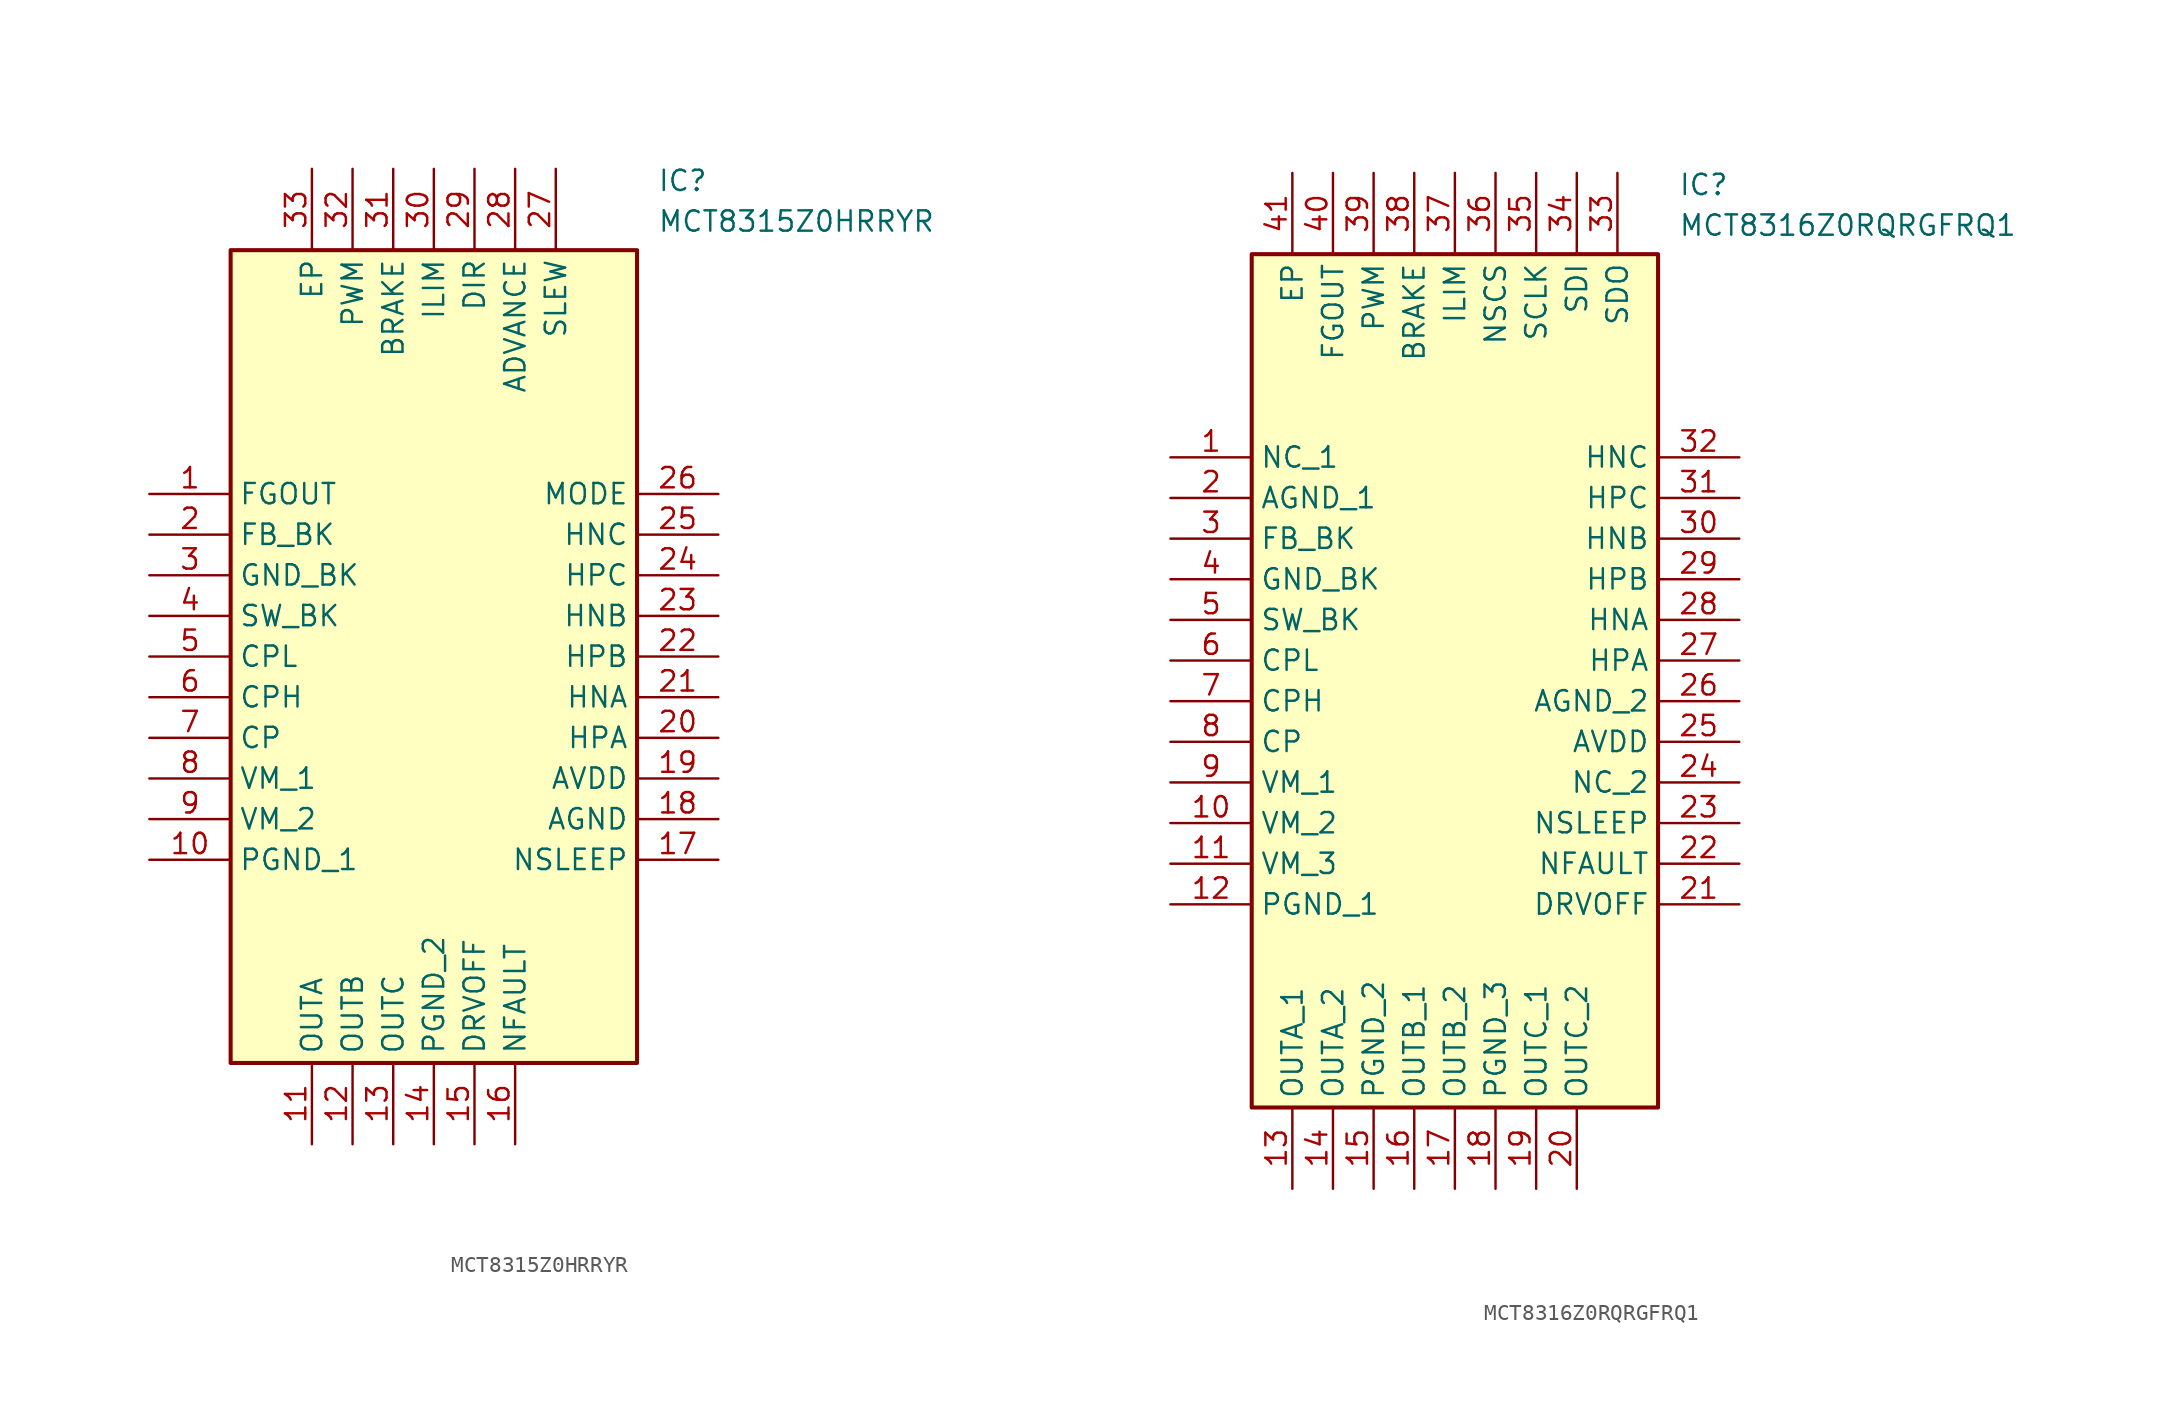
<source format=kicad_sym>
(kicad_symbol_lib
  (version 20220914)
  (generator SamacSys_ECAD_Model)
  (symbol "MCT8315Z0HRRYR"
    (property "Reference" "IC"
      (at 31.75 20.32 0)
      (effects (font (size 1.27 1.27)) (justify left top)))
    (property "Value" "MCT8315Z0HRRYR"
      (at 31.75 17.78 0)
      (effects (font (size 1.27 1.27)) (justify left top)))
    (rectangle
      (start 5.08 15.24)
      (end 30.48 -35.56)
      (stroke (width 0.254) (type default))
      (fill (type background)))
    (pin passive line
      (at 0 0 0)
      (length 5.08)
      (name "FGOUT" (effects (font (size 1.27 1.27))))
      (number "1" (effects (font (size 1.27 1.27)))))
    (pin passive line
      (at 0 -2.54 0)
      (length 5.08)
      (name "FB_BK" (effects (font (size 1.27 1.27))))
      (number "2" (effects (font (size 1.27 1.27)))))
    (pin passive line
      (at 0 -5.08 0)
      (length 5.08)
      (name "GND_BK" (effects (font (size 1.27 1.27))))
      (number "3" (effects (font (size 1.27 1.27)))))
    (pin passive line
      (at 0 -7.62 0)
      (length 5.08)
      (name "SW_BK" (effects (font (size 1.27 1.27))))
      (number "4" (effects (font (size 1.27 1.27)))))
    (pin passive line
      (at 0 -10.16 0)
      (length 5.08)
      (name "CPL" (effects (font (size 1.27 1.27))))
      (number "5" (effects (font (size 1.27 1.27)))))
    (pin passive line
      (at 0 -12.7 0)
      (length 5.08)
      (name "CPH" (effects (font (size 1.27 1.27))))
      (number "6" (effects (font (size 1.27 1.27)))))
    (pin passive line
      (at 0 -15.24 0)
      (length 5.08)
      (name "CP" (effects (font (size 1.27 1.27))))
      (number "7" (effects (font (size 1.27 1.27)))))
    (pin passive line
      (at 0 -17.78 0)
      (length 5.08)
      (name "VM_1" (effects (font (size 1.27 1.27))))
      (number "8" (effects (font (size 1.27 1.27)))))
    (pin passive line
      (at 0 -20.32 0)
      (length 5.08)
      (name "VM_2" (effects (font (size 1.27 1.27))))
      (number "9" (effects (font (size 1.27 1.27)))))
    (pin passive line
      (at 0 -22.86 0)
      (length 5.08)
      (name "PGND_1" (effects (font (size 1.27 1.27))))
      (number "10" (effects (font (size 1.27 1.27)))))
    (pin passive line
      (at 10.16 -40.64 90)
      (length 5.08)
      (name "OUTA" (effects (font (size 1.27 1.27))))
      (number "11" (effects (font (size 1.27 1.27)))))
    (pin passive line
      (at 12.7 -40.64 90)
      (length 5.08)
      (name "OUTB" (effects (font (size 1.27 1.27))))
      (number "12" (effects (font (size 1.27 1.27)))))
    (pin passive line
      (at 15.24 -40.64 90)
      (length 5.08)
      (name "OUTC" (effects (font (size 1.27 1.27))))
      (number "13" (effects (font (size 1.27 1.27)))))
    (pin passive line
      (at 17.78 -40.64 90)
      (length 5.08)
      (name "PGND_2" (effects (font (size 1.27 1.27))))
      (number "14" (effects (font (size 1.27 1.27)))))
    (pin passive line
      (at 20.32 -40.64 90)
      (length 5.08)
      (name "DRVOFF" (effects (font (size 1.27 1.27))))
      (number "15" (effects (font (size 1.27 1.27)))))
    (pin passive line
      (at 22.86 -40.64 90)
      (length 5.08)
      (name "NFAULT" (effects (font (size 1.27 1.27))))
      (number "16" (effects (font (size 1.27 1.27)))))
    (pin passive line
      (at 35.56 0 180)
      (length 5.08)
      (name "MODE" (effects (font (size 1.27 1.27))))
      (number "26" (effects (font (size 1.27 1.27)))))
    (pin passive line
      (at 35.56 -2.54 180)
      (length 5.08)
      (name "HNC" (effects (font (size 1.27 1.27))))
      (number "25" (effects (font (size 1.27 1.27)))))
    (pin passive line
      (at 35.56 -5.08 180)
      (length 5.08)
      (name "HPC" (effects (font (size 1.27 1.27))))
      (number "24" (effects (font (size 1.27 1.27)))))
    (pin passive line
      (at 35.56 -7.62 180)
      (length 5.08)
      (name "HNB" (effects (font (size 1.27 1.27))))
      (number "23" (effects (font (size 1.27 1.27)))))
    (pin passive line
      (at 35.56 -10.16 180)
      (length 5.08)
      (name "HPB" (effects (font (size 1.27 1.27))))
      (number "22" (effects (font (size 1.27 1.27)))))
    (pin passive line
      (at 35.56 -12.7 180)
      (length 5.08)
      (name "HNA" (effects (font (size 1.27 1.27))))
      (number "21" (effects (font (size 1.27 1.27)))))
    (pin passive line
      (at 35.56 -15.24 180)
      (length 5.08)
      (name "HPA" (effects (font (size 1.27 1.27))))
      (number "20" (effects (font (size 1.27 1.27)))))
    (pin passive line
      (at 35.56 -17.78 180)
      (length 5.08)
      (name "AVDD" (effects (font (size 1.27 1.27))))
      (number "19" (effects (font (size 1.27 1.27)))))
    (pin passive line
      (at 35.56 -20.32 180)
      (length 5.08)
      (name "AGND" (effects (font (size 1.27 1.27))))
      (number "18" (effects (font (size 1.27 1.27)))))
    (pin passive line
      (at 35.56 -22.86 180)
      (length 5.08)
      (name "NSLEEP" (effects (font (size 1.27 1.27))))
      (number "17" (effects (font (size 1.27 1.27)))))
    (pin passive line
      (at 10.16 20.32 270)
      (length 5.08)
      (name "EP" (effects (font (size 1.27 1.27))))
      (number "33" (effects (font (size 1.27 1.27)))))
    (pin passive line
      (at 12.7 20.32 270)
      (length 5.08)
      (name "PWM" (effects (font (size 1.27 1.27))))
      (number "32" (effects (font (size 1.27 1.27)))))
    (pin passive line
      (at 15.24 20.32 270)
      (length 5.08)
      (name "BRAKE" (effects (font (size 1.27 1.27))))
      (number "31" (effects (font (size 1.27 1.27)))))
    (pin passive line
      (at 17.78 20.32 270)
      (length 5.08)
      (name "ILIM" (effects (font (size 1.27 1.27))))
      (number "30" (effects (font (size 1.27 1.27)))))
    (pin passive line
      (at 20.32 20.32 270)
      (length 5.08)
      (name "DIR" (effects (font (size 1.27 1.27))))
      (number "29" (effects (font (size 1.27 1.27)))))
    (pin passive line
      (at 22.86 20.32 270)
      (length 5.08)
      (name "ADVANCE" (effects (font (size 1.27 1.27))))
      (number "28" (effects (font (size 1.27 1.27)))))
    (pin passive line
      (at 25.4 20.32 270)
      (length 5.08)
      (name "SLEW" (effects (font (size 1.27 1.27))))
      (number "27" (effects (font (size 1.27 1.27))))))
  (symbol "MCT8316Z0RQRGFRQ1"
    (property "Reference" "IC"
      (at 31.75 17.78 0)
      (effects (font (size 1.27 1.27)) (justify left top)))
    (property "Value" "MCT8316Z0RQRGFRQ1"
      (at 31.75 15.24 0)
      (effects (font (size 1.27 1.27)) (justify left top)))
    (rectangle
      (start 5.08 12.7)
      (end 30.48 -40.64)
      (stroke (width 0.254) (type default))
      (fill (type background)))
    (pin passive line
      (at 0 0 0)
      (length 5.08)
      (name "NC_1" (effects (font (size 1.27 1.27))))
      (number "1" (effects (font (size 1.27 1.27)))))
    (pin passive line
      (at 0 -2.54 0)
      (length 5.08)
      (name "AGND_1" (effects (font (size 1.27 1.27))))
      (number "2" (effects (font (size 1.27 1.27)))))
    (pin passive line
      (at 0 -5.08 0)
      (length 5.08)
      (name "FB_BK" (effects (font (size 1.27 1.27))))
      (number "3" (effects (font (size 1.27 1.27)))))
    (pin passive line
      (at 0 -7.62 0)
      (length 5.08)
      (name "GND_BK" (effects (font (size 1.27 1.27))))
      (number "4" (effects (font (size 1.27 1.27)))))
    (pin passive line
      (at 0 -10.16 0)
      (length 5.08)
      (name "SW_BK" (effects (font (size 1.27 1.27))))
      (number "5" (effects (font (size 1.27 1.27)))))
    (pin passive line
      (at 0 -12.7 0)
      (length 5.08)
      (name "CPL" (effects (font (size 1.27 1.27))))
      (number "6" (effects (font (size 1.27 1.27)))))
    (pin passive line
      (at 0 -15.24 0)
      (length 5.08)
      (name "CPH" (effects (font (size 1.27 1.27))))
      (number "7" (effects (font (size 1.27 1.27)))))
    (pin passive line
      (at 0 -17.78 0)
      (length 5.08)
      (name "CP" (effects (font (size 1.27 1.27))))
      (number "8" (effects (font (size 1.27 1.27)))))
    (pin passive line
      (at 0 -20.32 0)
      (length 5.08)
      (name "VM_1" (effects (font (size 1.27 1.27))))
      (number "9" (effects (font (size 1.27 1.27)))))
    (pin passive line
      (at 0 -22.86 0)
      (length 5.08)
      (name "VM_2" (effects (font (size 1.27 1.27))))
      (number "10" (effects (font (size 1.27 1.27)))))
    (pin passive line
      (at 0 -25.4 0)
      (length 5.08)
      (name "VM_3" (effects (font (size 1.27 1.27))))
      (number "11" (effects (font (size 1.27 1.27)))))
    (pin passive line
      (at 0 -27.94 0)
      (length 5.08)
      (name "PGND_1" (effects (font (size 1.27 1.27))))
      (number "12" (effects (font (size 1.27 1.27)))))
    (pin passive line
      (at 7.62 -45.72 90)
      (length 5.08)
      (name "OUTA_1" (effects (font (size 1.27 1.27))))
      (number "13" (effects (font (size 1.27 1.27)))))
    (pin passive line
      (at 10.16 -45.72 90)
      (length 5.08)
      (name "OUTA_2" (effects (font (size 1.27 1.27))))
      (number "14" (effects (font (size 1.27 1.27)))))
    (pin passive line
      (at 12.7 -45.72 90)
      (length 5.08)
      (name "PGND_2" (effects (font (size 1.27 1.27))))
      (number "15" (effects (font (size 1.27 1.27)))))
    (pin passive line
      (at 15.24 -45.72 90)
      (length 5.08)
      (name "OUTB_1" (effects (font (size 1.27 1.27))))
      (number "16" (effects (font (size 1.27 1.27)))))
    (pin passive line
      (at 17.78 -45.72 90)
      (length 5.08)
      (name "OUTB_2" (effects (font (size 1.27 1.27))))
      (number "17" (effects (font (size 1.27 1.27)))))
    (pin passive line
      (at 20.32 -45.72 90)
      (length 5.08)
      (name "PGND_3" (effects (font (size 1.27 1.27))))
      (number "18" (effects (font (size 1.27 1.27)))))
    (pin passive line
      (at 22.86 -45.72 90)
      (length 5.08)
      (name "OUTC_1" (effects (font (size 1.27 1.27))))
      (number "19" (effects (font (size 1.27 1.27)))))
    (pin passive line
      (at 25.4 -45.72 90)
      (length 5.08)
      (name "OUTC_2" (effects (font (size 1.27 1.27))))
      (number "20" (effects (font (size 1.27 1.27)))))
    (pin passive line
      (at 35.56 0 180)
      (length 5.08)
      (name "HNC" (effects (font (size 1.27 1.27))))
      (number "32" (effects (font (size 1.27 1.27)))))
    (pin passive line
      (at 35.56 -2.54 180)
      (length 5.08)
      (name "HPC" (effects (font (size 1.27 1.27))))
      (number "31" (effects (font (size 1.27 1.27)))))
    (pin passive line
      (at 35.56 -5.08 180)
      (length 5.08)
      (name "HNB" (effects (font (size 1.27 1.27))))
      (number "30" (effects (font (size 1.27 1.27)))))
    (pin passive line
      (at 35.56 -7.62 180)
      (length 5.08)
      (name "HPB" (effects (font (size 1.27 1.27))))
      (number "29" (effects (font (size 1.27 1.27)))))
    (pin passive line
      (at 35.56 -10.16 180)
      (length 5.08)
      (name "HNA" (effects (font (size 1.27 1.27))))
      (number "28" (effects (font (size 1.27 1.27)))))
    (pin passive line
      (at 35.56 -12.7 180)
      (length 5.08)
      (name "HPA" (effects (font (size 1.27 1.27))))
      (number "27" (effects (font (size 1.27 1.27)))))
    (pin passive line
      (at 35.56 -15.24 180)
      (length 5.08)
      (name "AGND_2" (effects (font (size 1.27 1.27))))
      (number "26" (effects (font (size 1.27 1.27)))))
    (pin passive line
      (at 35.56 -17.78 180)
      (length 5.08)
      (name "AVDD" (effects (font (size 1.27 1.27))))
      (number "25" (effects (font (size 1.27 1.27)))))
    (pin passive line
      (at 35.56 -20.32 180)
      (length 5.08)
      (name "NC_2" (effects (font (size 1.27 1.27))))
      (number "24" (effects (font (size 1.27 1.27)))))
    (pin passive line
      (at 35.56 -22.86 180)
      (length 5.08)
      (name "NSLEEP" (effects (font (size 1.27 1.27))))
      (number "23" (effects (font (size 1.27 1.27)))))
    (pin passive line
      (at 35.56 -25.4 180)
      (length 5.08)
      (name "NFAULT" (effects (font (size 1.27 1.27))))
      (number "22" (effects (font (size 1.27 1.27)))))
    (pin passive line
      (at 35.56 -27.94 180)
      (length 5.08)
      (name "DRVOFF" (effects (font (size 1.27 1.27))))
      (number "21" (effects (font (size 1.27 1.27)))))
    (pin passive line
      (at 7.62 17.78 270)
      (length 5.08)
      (name "EP" (effects (font (size 1.27 1.27))))
      (number "41" (effects (font (size 1.27 1.27)))))
    (pin passive line
      (at 10.16 17.78 270)
      (length 5.08)
      (name "FGOUT" (effects (font (size 1.27 1.27))))
      (number "40" (effects (font (size 1.27 1.27)))))
    (pin passive line
      (at 12.7 17.78 270)
      (length 5.08)
      (name "PWM" (effects (font (size 1.27 1.27))))
      (number "39" (effects (font (size 1.27 1.27)))))
    (pin passive line
      (at 15.24 17.78 270)
      (length 5.08)
      (name "BRAKE" (effects (font (size 1.27 1.27))))
      (number "38" (effects (font (size 1.27 1.27)))))
    (pin passive line
      (at 17.78 17.78 270)
      (length 5.08)
      (name "ILIM" (effects (font (size 1.27 1.27))))
      (number "37" (effects (font (size 1.27 1.27)))))
    (pin passive line
      (at 20.32 17.78 270)
      (length 5.08)
      (name "NSCS" (effects (font (size 1.27 1.27))))
      (number "36" (effects (font (size 1.27 1.27)))))
    (pin passive line
      (at 22.86 17.78 270)
      (length 5.08)
      (name "SCLK" (effects (font (size 1.27 1.27))))
      (number "35" (effects (font (size 1.27 1.27)))))
    (pin passive line
      (at 25.4 17.78 270)
      (length 5.08)
      (name "SDI" (effects (font (size 1.27 1.27))))
      (number "34" (effects (font (size 1.27 1.27)))))
    (pin passive line
      (at 27.94 17.78 270)
      (length 5.08)
      (name "SDO" (effects (font (size 1.27 1.27))))
      (number "33" (effects (font (size 1.27 1.27)))))))
</source>
